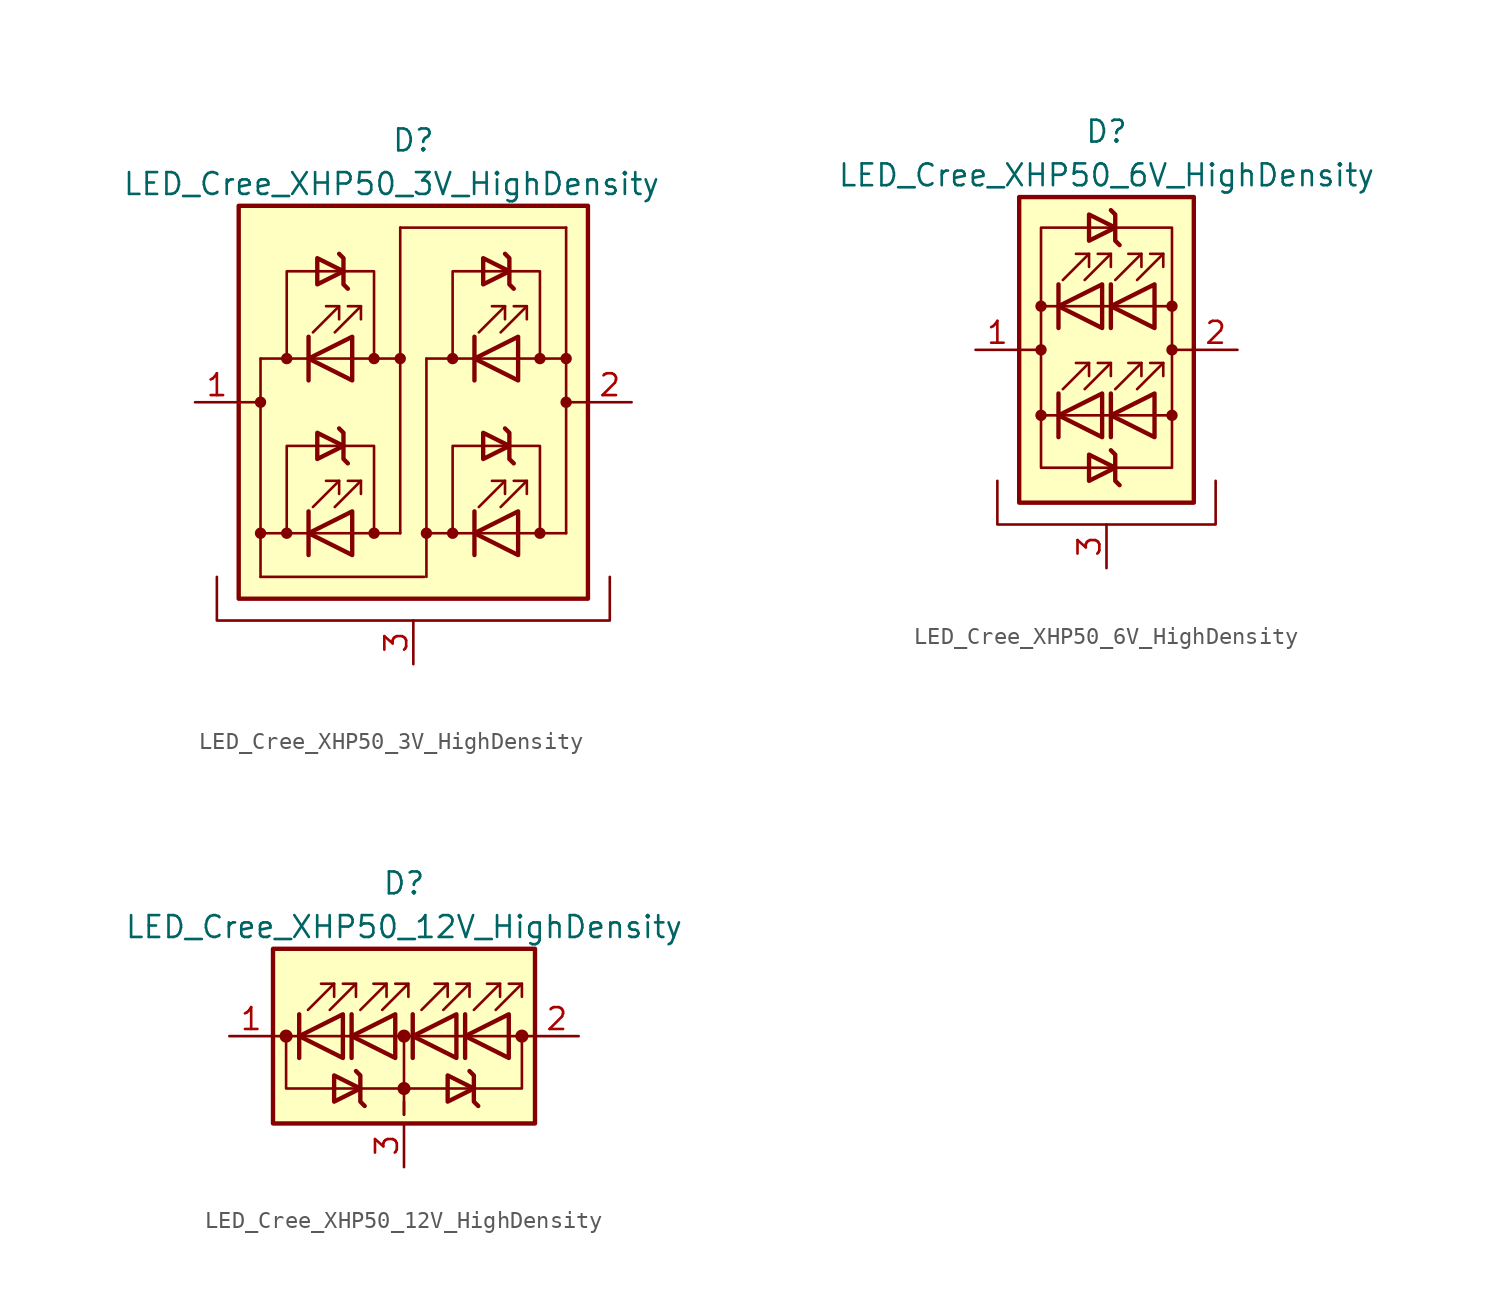
<source format=kicad_sym>
(kicad_symbol_lib
  (version 20241209)
  (generator "kicad_symbol_editor")
  (generator_version "9.0")
  (symbol "LED_Cree_XHP50_3V_HighDensity"
    (pin_names
      (offset 1.016)
      (hide yes))
    (property "Reference" "D"
      (at 0 15.24 0)
      (effects (font (size 1.27 1.27))))
    (property "Value" "LED_Cree_XHP50_3V_HighDensity"
      (at -1.27 12.7 0)
      (effects (font (size 1.27 1.27))))
    (symbol "LED_Cree_XHP50_3V_HighDensity_0_1"
      (polyline (pts (xy -8.89 2.54) (xy -8.89 -10.16)) (stroke (width 0) (type default)) (fill (type none)))
      (polyline (pts (xy -8.89 2.54) (xy -0.762 2.54)) (stroke (width 0) (type default)) (fill (type none)))
      (circle (center -8.89 0) (radius 0.254) (stroke (width 0) (type default)) (fill (type outline)))
      (circle (center -8.89 -7.62) (radius 0.254) (stroke (width 0) (type default)) (fill (type outline)))
      (polyline (pts (xy -8.89 -7.62) (xy -0.762 -7.62)) (stroke (width 0) (type default)) (fill (type none)))
      (circle (center -7.366 2.54) (radius 0.254) (stroke (width 0) (type default)) (fill (type outline)))
      (circle (center -7.366 -7.62) (radius 0.254) (stroke (width 0) (type default)) (fill (type outline)))
      (polyline (pts (xy -3.81 6.604) (xy -4.064 6.858) (xy -4.064 8.382) (xy -4.318 8.636)) (stroke (width 0.254) (type default)) (fill (type none)))
      (polyline (pts (xy -3.81 -3.556) (xy -4.064 -3.302) (xy -4.064 -1.778) (xy -4.318 -1.524)) (stroke (width 0.254) (type default)) (fill (type none)))
      (circle (center -2.286 2.54) (radius 0.254) (stroke (width 0) (type default)) (fill (type outline)))
      (circle (center -2.286 -7.62) (radius 0.254) (stroke (width 0) (type default)) (fill (type outline)))
      (polyline (pts (xy -0.762 10.16) (xy 8.89 10.16)) (stroke (width 0) (type default)) (fill (type none)))
      (circle (center -0.762 2.54) (radius 0.254) (stroke (width 0) (type default)) (fill (type outline)))
      (polyline (pts (xy -0.762 -7.62) (xy -0.762 10.16)) (stroke (width 0) (type default)) (fill (type none)))
      (polyline (pts (xy 0.635 -10.16) (xy -8.89 -10.16)) (stroke (width 0) (type default)) (fill (type none)))
      (polyline (pts (xy 0.762 2.54) (xy 0.762 -10.16)) (stroke (width 0) (type default)) (fill (type none)))
      (polyline (pts (xy 0.762 2.54) (xy 8.89 2.54)) (stroke (width 0) (type default)) (fill (type none)))
      (polyline (pts (xy 0.762 -7.62) (xy 8.89 -7.62)) (stroke (width 0) (type default)) (fill (type none)))
      (circle (center 0.762 -7.62) (radius 0.254) (stroke (width 0) (type default)) (fill (type outline)))
      (circle (center 2.286 2.54) (radius 0.254) (stroke (width 0) (type default)) (fill (type outline)))
      (circle (center 2.286 -7.62) (radius 0.254) (stroke (width 0) (type default)) (fill (type outline)))
      (polyline (pts (xy 5.842 6.604) (xy 5.588 6.858) (xy 5.588 8.382) (xy 5.334 8.636)) (stroke (width 0.254) (type default)) (fill (type none)))
      (polyline (pts (xy 5.842 -3.556) (xy 5.588 -3.302) (xy 5.588 -1.778) (xy 5.334 -1.524)) (stroke (width 0.254) (type default)) (fill (type none)))
      (circle (center 7.366 2.54) (radius 0.254) (stroke (width 0) (type default)) (fill (type outline)))
      (circle (center 7.366 -7.62) (radius 0.254) (stroke (width 0) (type default)) (fill (type outline)))
      (circle (center 8.89 2.54) (radius 0.254) (stroke (width 0) (type default)) (fill (type outline)))
      (circle (center 8.89 0) (radius 0.254) (stroke (width 0) (type default)) (fill (type outline)))
      (polyline (pts (xy 8.89 -7.62) (xy 8.89 10.16)) (stroke (width 0) (type default)) (fill (type none))))
    (symbol "LED_Cree_XHP50_3V_HighDensity_1_1"
      (polyline (pts (xy -11.43 -10.16) (xy -11.43 -12.7) (xy 11.43 -12.7) (xy 11.43 -10.16)) (stroke (width 0) (type default)) (fill (type none)))
      (rectangle (start -10.16 11.43) (end 10.16 -11.43) (stroke (width 0.254) (type solid)) (fill (type background)))
      (polyline (pts (xy -8.89 0) (xy -10.16 0)) (stroke (width 0) (type default)) (fill (type none)))
      (polyline (pts (xy -7.366 2.54) (xy -7.366 7.62) (xy -2.286 7.62) (xy -2.286 2.54)) (stroke (width 0) (type default)) (fill (type none)))
      (polyline (pts (xy -7.366 -7.62) (xy -7.366 -2.54) (xy -2.286 -2.54) (xy -2.286 -7.62)) (stroke (width 0) (type default)) (fill (type none)))
      (polyline (pts (xy -6.096 3.81) (xy -6.096 1.27)) (stroke (width 0.254) (type solid)) (fill (type none)))
      (polyline (pts (xy -6.096 2.54) (xy -3.556 3.81) (xy -3.556 1.27) (xy -6.096 2.54)) (stroke (width 0.254) (type solid)) (fill (type none)))
      (polyline (pts (xy -6.096 -6.35) (xy -6.096 -8.89)) (stroke (width 0.254) (type solid)) (fill (type none)))
      (polyline (pts (xy -6.096 -7.62) (xy -3.556 -6.35) (xy -3.556 -8.89) (xy -6.096 -7.62)) (stroke (width 0.254) (type solid)) (fill (type none)))
      (polyline (pts (xy -5.842 4.064) (xy -4.318 5.588)) (stroke (width 0) (type default)) (fill (type none)))
      (polyline (pts (xy -5.842 -6.096) (xy -4.318 -4.572)) (stroke (width 0) (type default)) (fill (type none)))
      (polyline (pts (xy -5.588 8.382) (xy -4.064 7.62) (xy -5.588 6.858) (xy -5.588 8.382)) (stroke (width 0.254) (type solid)) (fill (type none)))
      (polyline (pts (xy -5.588 -1.778) (xy -4.064 -2.54) (xy -5.588 -3.302) (xy -5.588 -1.778)) (stroke (width 0.254) (type solid)) (fill (type none)))
      (polyline (pts (xy -5.08 5.588) (xy -4.318 5.588) (xy -4.318 4.826)) (stroke (width 0) (type default)) (fill (type none)))
      (polyline (pts (xy -5.08 -4.572) (xy -4.318 -4.572) (xy -4.318 -5.334)) (stroke (width 0) (type default)) (fill (type none)))
      (polyline (pts (xy -4.572 4.064) (xy -3.048 5.588)) (stroke (width 0) (type default)) (fill (type none)))
      (polyline (pts (xy -4.572 -6.096) (xy -3.048 -4.572)) (stroke (width 0) (type default)) (fill (type none)))
      (polyline (pts (xy -3.81 5.588) (xy -3.048 5.588) (xy -3.048 4.826)) (stroke (width 0) (type default)) (fill (type none)))
      (polyline (pts (xy -3.81 -4.572) (xy -3.048 -4.572) (xy -3.048 -5.334)) (stroke (width 0) (type default)) (fill (type none)))
      (polyline (pts (xy 2.286 2.54) (xy 2.286 7.62) (xy 7.366 7.62) (xy 7.366 2.54)) (stroke (width 0) (type default)) (fill (type none)))
      (polyline (pts (xy 2.286 -7.62) (xy 2.286 -2.54) (xy 7.366 -2.54) (xy 7.366 -7.62)) (stroke (width 0) (type default)) (fill (type none)))
      (polyline (pts (xy 3.556 3.81) (xy 3.556 1.27)) (stroke (width 0.254) (type solid)) (fill (type none)))
      (polyline (pts (xy 3.556 2.54) (xy 6.096 3.81) (xy 6.096 1.27) (xy 3.556 2.54)) (stroke (width 0.254) (type solid)) (fill (type none)))
      (polyline (pts (xy 3.556 -6.35) (xy 3.556 -8.89)) (stroke (width 0.254) (type solid)) (fill (type none)))
      (polyline (pts (xy 3.556 -7.62) (xy 6.096 -6.35) (xy 6.096 -8.89) (xy 3.556 -7.62)) (stroke (width 0.254) (type solid)) (fill (type none)))
      (polyline (pts (xy 3.81 4.064) (xy 5.334 5.588)) (stroke (width 0) (type default)) (fill (type none)))
      (polyline (pts (xy 3.81 -6.096) (xy 5.334 -4.572)) (stroke (width 0) (type default)) (fill (type none)))
      (polyline (pts (xy 4.064 8.382) (xy 5.588 7.62) (xy 4.064 6.858) (xy 4.064 8.382)) (stroke (width 0.254) (type solid)) (fill (type none)))
      (polyline (pts (xy 4.064 -1.778) (xy 5.588 -2.54) (xy 4.064 -3.302) (xy 4.064 -1.778)) (stroke (width 0.254) (type solid)) (fill (type none)))
      (polyline (pts (xy 4.572 5.588) (xy 5.334 5.588) (xy 5.334 4.826)) (stroke (width 0) (type default)) (fill (type none)))
      (polyline (pts (xy 4.572 -4.572) (xy 5.334 -4.572) (xy 5.334 -5.334)) (stroke (width 0) (type default)) (fill (type none)))
      (polyline (pts (xy 5.08 4.064) (xy 6.604 5.588)) (stroke (width 0) (type default)) (fill (type none)))
      (polyline (pts (xy 5.08 -6.096) (xy 6.604 -4.572)) (stroke (width 0) (type default)) (fill (type none)))
      (polyline (pts (xy 5.842 5.588) (xy 6.604 5.588) (xy 6.604 4.826)) (stroke (width 0) (type default)) (fill (type none)))
      (polyline (pts (xy 5.842 -4.572) (xy 6.604 -4.572) (xy 6.604 -5.334)) (stroke (width 0) (type default)) (fill (type none)))
      (polyline (pts (xy 8.89 0) (xy 10.16 0)) (stroke (width 0) (type default)) (fill (type none)))
      (pin passive line (at -12.7 0 0) (length 2.54) (name "K" (effects (font (size 1.27 1.27)))) (number "1" (effects (font (size 1.27 1.27)))))
      (pin passive line (at 0 -15.24 90) (length 2.54) (name "PAD" (effects (font (size 1.27 1.27)))) (number "3" (effects (font (size 1.27 1.27)))))
      (pin passive line (at 12.7 0 180) (length 2.54) (name "A" (effects (font (size 1.27 1.27)))) (number "2" (effects (font (size 1.27 1.27)))))))
  (symbol "LED_Cree_XHP50_6V_HighDensity"
    (pin_names
      (offset 1.016)
      (hide yes))
    (property "Reference" "D"
      (at 0 12.7 0)
      (effects (font (size 1.27 1.27))))
    (property "Value" "LED_Cree_XHP50_6V_HighDensity"
      (at 0 10.16 0)
      (effects (font (size 1.27 1.27))))
    (symbol "LED_Cree_XHP50_6V_HighDensity_0_1"
      (polyline (pts (xy -6.35 -7.62) (xy -6.35 -10.16) (xy 6.35 -10.16) (xy 6.35 -7.62)) (stroke (width 0) (type default)) (fill (type none)))
      (circle (center -3.81 2.54) (radius 0.254) (stroke (width 0) (type default)) (fill (type outline)))
      (circle (center -3.81 0) (radius 0.254) (stroke (width 0) (type default)) (fill (type outline)))
      (circle (center -3.81 -3.81) (radius 0.254) (stroke (width 0) (type default)) (fill (type outline)))
      (polyline (pts (xy 0.762 6.096) (xy 0.508 6.35) (xy 0.508 7.874) (xy 0.254 8.128)) (stroke (width 0.254) (type default)) (fill (type none)))
      (polyline (pts (xy 0.762 -7.874) (xy 0.508 -7.62) (xy 0.508 -6.096) (xy 0.254 -5.842)) (stroke (width 0.254) (type default)) (fill (type none)))
      (circle (center 3.81 2.54) (radius 0.254) (stroke (width 0) (type default)) (fill (type outline)))
      (circle (center 3.81 0) (radius 0.254) (stroke (width 0) (type default)) (fill (type outline)))
      (circle (center 3.81 -3.81) (radius 0.254) (stroke (width 0) (type default)) (fill (type outline))))
    (symbol "LED_Cree_XHP50_6V_HighDensity_1_1"
      (rectangle (start -5.08 8.89) (end 5.08 -8.89) (stroke (width 0.254) (type solid)) (fill (type background)))
      (polyline (pts (xy -5.08 0) (xy -3.81 0)) (stroke (width 0) (type default)) (fill (type none)))
      (rectangle (start -3.81 7.112) (end 3.81 -6.858) (stroke (width 0) (type default)) (fill (type none)))
      (polyline (pts (xy -3.81 2.54) (xy 3.81 2.54)) (stroke (width 0) (type default)) (fill (type none)))
      (polyline (pts (xy -3.81 -3.81) (xy 3.81 -3.81)) (stroke (width 0) (type default)) (fill (type none)))
      (polyline (pts (xy -2.794 3.81) (xy -2.794 1.27)) (stroke (width 0.254) (type solid)) (fill (type none)))
      (polyline (pts (xy -2.794 2.54) (xy -0.254 3.81) (xy -0.254 1.27) (xy -2.794 2.54)) (stroke (width 0.254) (type solid)) (fill (type none)))
      (polyline (pts (xy -2.794 -2.54) (xy -2.794 -5.08)) (stroke (width 0.254) (type solid)) (fill (type none)))
      (polyline (pts (xy -2.794 -3.81) (xy -0.254 -2.54) (xy -0.254 -5.08) (xy -2.794 -3.81)) (stroke (width 0.254) (type solid)) (fill (type none)))
      (polyline (pts (xy -2.54 4.064) (xy -1.016 5.588)) (stroke (width 0) (type default)) (fill (type none)))
      (polyline (pts (xy -2.54 -2.286) (xy -1.016 -0.762)) (stroke (width 0) (type default)) (fill (type none)))
      (polyline (pts (xy -1.778 5.588) (xy -1.016 5.588) (xy -1.016 4.826)) (stroke (width 0) (type default)) (fill (type none)))
      (polyline (pts (xy -1.778 -0.762) (xy -1.016 -0.762) (xy -1.016 -1.524)) (stroke (width 0) (type default)) (fill (type none)))
      (polyline (pts (xy -1.27 4.064) (xy 0.254 5.588)) (stroke (width 0) (type default)) (fill (type none)))
      (polyline (pts (xy -1.27 -2.286) (xy 0.254 -0.762)) (stroke (width 0) (type default)) (fill (type none)))
      (polyline (pts (xy -1.016 7.874) (xy 0.508 7.112) (xy -1.016 6.35) (xy -1.016 7.874)) (stroke (width 0.254) (type solid)) (fill (type none)))
      (polyline (pts (xy -1.016 -6.096) (xy 0.508 -6.858) (xy -1.016 -7.62) (xy -1.016 -6.096)) (stroke (width 0.254) (type solid)) (fill (type none)))
      (polyline (pts (xy -0.508 5.588) (xy 0.254 5.588) (xy 0.254 4.826)) (stroke (width 0) (type default)) (fill (type none)))
      (polyline (pts (xy -0.508 -0.762) (xy 0.254 -0.762) (xy 0.254 -1.524)) (stroke (width 0) (type default)) (fill (type none)))
      (polyline (pts (xy 0.254 3.81) (xy 0.254 1.27)) (stroke (width 0.254) (type solid)) (fill (type none)))
      (polyline (pts (xy 0.254 2.54) (xy 2.794 3.81) (xy 2.794 1.27) (xy 0.254 2.54)) (stroke (width 0.254) (type solid)) (fill (type none)))
      (polyline (pts (xy 0.254 -2.54) (xy 0.254 -5.08)) (stroke (width 0.254) (type solid)) (fill (type none)))
      (polyline (pts (xy 0.254 -3.81) (xy 2.794 -2.54) (xy 2.794 -5.08) (xy 0.254 -3.81)) (stroke (width 0.254) (type solid)) (fill (type none)))
      (polyline (pts (xy 0.508 4.064) (xy 2.032 5.588)) (stroke (width 0) (type default)) (fill (type none)))
      (polyline (pts (xy 0.508 -2.286) (xy 2.032 -0.762)) (stroke (width 0) (type default)) (fill (type none)))
      (polyline (pts (xy 1.27 5.588) (xy 2.032 5.588) (xy 2.032 4.826)) (stroke (width 0) (type default)) (fill (type none)))
      (polyline (pts (xy 1.27 -0.762) (xy 2.032 -0.762) (xy 2.032 -1.524)) (stroke (width 0) (type default)) (fill (type none)))
      (polyline (pts (xy 1.778 4.064) (xy 3.302 5.588)) (stroke (width 0) (type default)) (fill (type none)))
      (polyline (pts (xy 1.778 -2.286) (xy 3.302 -0.762)) (stroke (width 0) (type default)) (fill (type none)))
      (polyline (pts (xy 2.54 5.588) (xy 3.302 5.588) (xy 3.302 4.826)) (stroke (width 0) (type default)) (fill (type none)))
      (polyline (pts (xy 2.54 -0.762) (xy 3.302 -0.762) (xy 3.302 -1.524)) (stroke (width 0) (type default)) (fill (type none)))
      (polyline (pts (xy 3.81 0) (xy 5.08 0)) (stroke (width 0) (type default)) (fill (type none)))
      (pin passive line (at -7.62 0 0) (length 2.54) (name "K" (effects (font (size 1.27 1.27)))) (number "1" (effects (font (size 1.27 1.27)))))
      (pin passive line (at 0 -12.7 90) (length 2.54) (name "PAD" (effects (font (size 1.27 1.27)))) (number "3" (effects (font (size 1.27 1.27)))))
      (pin passive line (at 7.62 0 180) (length 2.54) (name "A" (effects (font (size 1.27 1.27)))) (number "2" (effects (font (size 1.27 1.27)))))))
  (symbol "LED_Cree_XHP50_12V_HighDensity"
    (pin_names
      (offset 1.016)
      (hide yes))
    (property "Reference" "D"
      (at 0 8.89 0)
      (effects (font (size 1.27 1.27))))
    (property "Value" "LED_Cree_XHP50_12V_HighDensity"
      (at 0 6.35 0)
      (effects (font (size 1.27 1.27))))
    (symbol "LED_Cree_XHP50_12V_HighDensity_0_1"
      (polyline (pts (xy -7.62 0) (xy 7.62 0)) (stroke (width 0) (type default)) (fill (type none)))
      (circle (center -6.858 0) (radius 0.254) (stroke (width 0.254) (type default)) (fill (type outline)))
      (polyline (pts (xy -6.858 0) (xy -6.858 -3.048) (xy 6.858 -3.048) (xy 6.858 0)) (stroke (width 0) (type default)) (fill (type none)))
      (polyline (pts (xy -2.286 -4.064) (xy -2.54 -3.81) (xy -2.54 -2.286) (xy -2.794 -2.032)) (stroke (width 0.254) (type default)) (fill (type none)))
      (polyline (pts (xy 0 0) (xy 0 -4.572)) (stroke (width 0) (type default)) (fill (type none)))
      (circle (center 0 0) (radius 0.254) (stroke (width 0.254) (type default)) (fill (type outline)))
      (circle (center 0 -3.048) (radius 0.254) (stroke (width 0.254) (type default)) (fill (type outline)))
      (polyline (pts (xy 0 -3.81) (xy 0 -4.572)) (stroke (width 0) (type default)) (fill (type none)))
      (polyline (pts (xy 4.318 -4.064) (xy 4.064 -3.81) (xy 4.064 -2.286) (xy 3.81 -2.032)) (stroke (width 0.254) (type default)) (fill (type none)))
      (circle (center 6.858 0) (radius 0.254) (stroke (width 0.254) (type default)) (fill (type outline))))
    (symbol "LED_Cree_XHP50_12V_HighDensity_1_1"
      (rectangle (start -7.62 5.08) (end 7.62 -5.08) (stroke (width 0.254) (type solid)) (fill (type background)))
      (polyline (pts (xy -6.096 1.27) (xy -6.096 -1.27)) (stroke (width 0.254) (type solid)) (fill (type none)))
      (polyline (pts (xy -6.096 0) (xy -3.556 1.27) (xy -3.556 -1.27) (xy -6.096 0)) (stroke (width 0.254) (type solid)) (fill (type none)))
      (polyline (pts (xy -5.588 1.524) (xy -4.064 3.048)) (stroke (width 0) (type default)) (fill (type none)))
      (polyline (pts (xy -4.826 3.048) (xy -4.064 3.048) (xy -4.064 2.286)) (stroke (width 0) (type default)) (fill (type none)))
      (polyline (pts (xy -4.318 1.524) (xy -2.794 3.048)) (stroke (width 0) (type default)) (fill (type none)))
      (polyline (pts (xy -4.064 -2.286) (xy -2.54 -3.048) (xy -4.064 -3.81) (xy -4.064 -2.286)) (stroke (width 0.254) (type solid)) (fill (type none)))
      (polyline (pts (xy -3.556 3.048) (xy -2.794 3.048) (xy -2.794 2.286)) (stroke (width 0) (type default)) (fill (type none)))
      (polyline (pts (xy -3.048 1.27) (xy -3.048 -1.27)) (stroke (width 0.254) (type solid)) (fill (type none)))
      (polyline (pts (xy -3.048 0) (xy -0.508 1.27) (xy -0.508 -1.27) (xy -3.048 0)) (stroke (width 0.254) (type solid)) (fill (type none)))
      (polyline (pts (xy -2.54 1.524) (xy -1.016 3.048)) (stroke (width 0) (type default)) (fill (type none)))
      (polyline (pts (xy -1.778 3.048) (xy -1.016 3.048) (xy -1.016 2.286)) (stroke (width 0) (type default)) (fill (type none)))
      (polyline (pts (xy -1.27 1.524) (xy 0.254 3.048)) (stroke (width 0) (type default)) (fill (type none)))
      (polyline (pts (xy -0.508 3.048) (xy 0.254 3.048) (xy 0.254 2.286)) (stroke (width 0) (type default)) (fill (type none)))
      (polyline (pts (xy 0.508 1.27) (xy 0.508 -1.27)) (stroke (width 0.254) (type solid)) (fill (type none)))
      (polyline (pts (xy 0.508 0) (xy 3.048 1.27) (xy 3.048 -1.27) (xy 0.508 0)) (stroke (width 0.254) (type solid)) (fill (type none)))
      (polyline (pts (xy 1.016 1.524) (xy 2.54 3.048)) (stroke (width 0) (type default)) (fill (type none)))
      (polyline (pts (xy 1.778 3.048) (xy 2.54 3.048) (xy 2.54 2.286)) (stroke (width 0) (type default)) (fill (type none)))
      (polyline (pts (xy 2.286 1.524) (xy 3.81 3.048)) (stroke (width 0) (type default)) (fill (type none)))
      (polyline (pts (xy 2.54 -2.286) (xy 4.064 -3.048) (xy 2.54 -3.81) (xy 2.54 -2.286)) (stroke (width 0.254) (type solid)) (fill (type none)))
      (polyline (pts (xy 3.048 3.048) (xy 3.81 3.048) (xy 3.81 2.286)) (stroke (width 0) (type default)) (fill (type none)))
      (polyline (pts (xy 3.556 1.27) (xy 3.556 -1.27)) (stroke (width 0.254) (type solid)) (fill (type none)))
      (polyline (pts (xy 3.556 0) (xy 6.096 1.27) (xy 6.096 -1.27) (xy 3.556 0)) (stroke (width 0.254) (type solid)) (fill (type none)))
      (polyline (pts (xy 4.064 1.524) (xy 5.588 3.048)) (stroke (width 0) (type default)) (fill (type none)))
      (polyline (pts (xy 4.826 3.048) (xy 5.588 3.048) (xy 5.588 2.286)) (stroke (width 0) (type default)) (fill (type none)))
      (polyline (pts (xy 5.334 1.524) (xy 6.858 3.048)) (stroke (width 0) (type default)) (fill (type none)))
      (polyline (pts (xy 6.096 3.048) (xy 6.858 3.048) (xy 6.858 2.286)) (stroke (width 0) (type default)) (fill (type none)))
      (pin passive line (at -10.16 0 0) (length 2.54) (name "K" (effects (font (size 1.27 1.27)))) (number "1" (effects (font (size 1.27 1.27)))))
      (pin passive line (at 0 -7.62 90) (length 2.54) (name "PAD" (effects (font (size 1.27 1.27)))) (number "3" (effects (font (size 1.27 1.27)))))
      (pin passive line (at 10.16 0 180) (length 2.54) (name "A" (effects (font (size 1.27 1.27)))) (number "2" (effects (font (size 1.27 1.27))))))))
</source>
